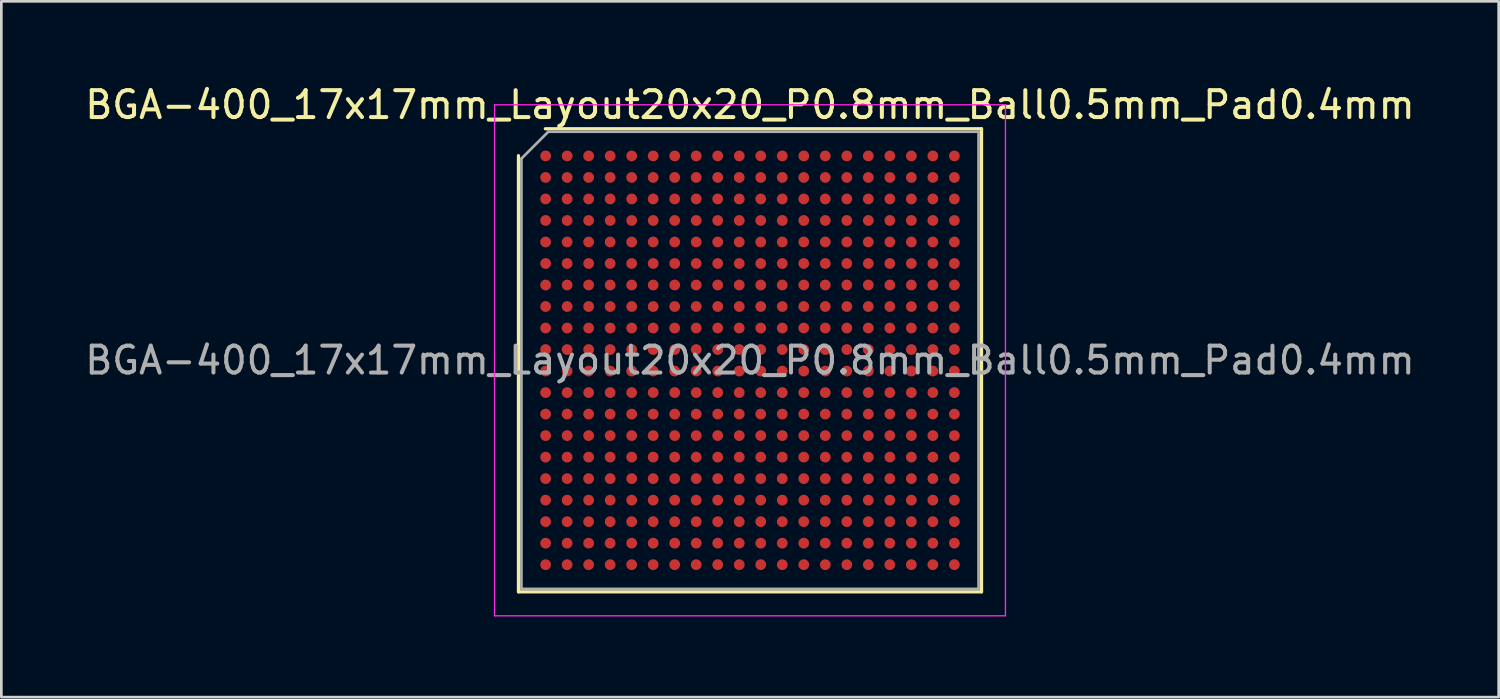
<source format=kicad_pcb>
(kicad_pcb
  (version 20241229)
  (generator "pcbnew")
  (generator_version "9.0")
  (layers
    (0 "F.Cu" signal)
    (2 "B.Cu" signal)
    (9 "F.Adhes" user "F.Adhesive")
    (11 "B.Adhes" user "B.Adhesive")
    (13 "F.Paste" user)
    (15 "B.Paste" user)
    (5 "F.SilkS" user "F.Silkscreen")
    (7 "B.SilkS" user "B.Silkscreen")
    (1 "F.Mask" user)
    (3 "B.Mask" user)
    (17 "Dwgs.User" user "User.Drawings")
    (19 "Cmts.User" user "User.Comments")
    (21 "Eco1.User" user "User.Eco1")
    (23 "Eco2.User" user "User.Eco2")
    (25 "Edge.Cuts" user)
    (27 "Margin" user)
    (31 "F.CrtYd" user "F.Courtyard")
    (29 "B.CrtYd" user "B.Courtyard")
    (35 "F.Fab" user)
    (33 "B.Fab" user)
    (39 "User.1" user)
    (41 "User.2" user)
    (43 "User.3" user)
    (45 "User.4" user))
  (footprint "BGA-400_17x17mm_Layout20x20_P0.8mm_Ball0.5mm_Pad0.4mm"
    (layer "F.Cu")
    (at 24.839 10.348)
    (property "Reference" "BGA-400_17x17mm_Layout20x20_P0.8mm_Ball0.5mm_Pad0.4mm" (at 0 -9.5 0) (layer "F.SilkS") (effects (font (size 1 1) (thickness 0.15))))
    (attr smd)
    (fp_line (start -8.61 8.61) (end -8.61 -7.61) (stroke (width 0.12) (type solid)) (layer "F.SilkS"))
    (fp_line (start -7.61 -8.61) (end 8.61 -8.61) (stroke (width 0.12) (type solid)) (layer "F.SilkS"))
    (fp_line (start 8.61 -8.61) (end 8.61 8.61) (stroke (width 0.12) (type solid)) (layer "F.SilkS"))
    (fp_line (start 8.61 8.61) (end -8.61 8.61) (stroke (width 0.12) (type solid)) (layer "F.SilkS"))
    (fp_line (start -9.5 -9.5) (end -9.5 9.5) (stroke (width 0.05) (type solid)) (layer "F.CrtYd"))
    (fp_line (start -9.5 9.5) (end 9.5 9.5) (stroke (width 0.05) (type solid)) (layer "F.CrtYd"))
    (fp_line (start 9.5 -9.5) (end -9.5 -9.5) (stroke (width 0.05) (type solid)) (layer "F.CrtYd"))
    (fp_line (start 9.5 9.5) (end 9.5 -9.5) (stroke (width 0.05) (type solid)) (layer "F.CrtYd"))
    (fp_line (start -8.5 -7.5) (end -7.5 -8.5) (stroke (width 0.1) (type solid)) (layer "F.Fab"))
    (fp_line (start -8.5 8.5) (end -8.5 -7.5) (stroke (width 0.1) (type solid)) (layer "F.Fab"))
    (fp_line (start -7.5 -8.5) (end 8.5 -8.5) (stroke (width 0.1) (type solid)) (layer "F.Fab"))
    (fp_line (start 8.5 -8.5) (end 8.5 8.5) (stroke (width 0.1) (type solid)) (layer "F.Fab"))
    (fp_line (start 8.5 8.5) (end -8.5 8.5) (stroke (width 0.1) (type solid)) (layer "F.Fab"))
    (fp_text user "${REFERENCE}" (at 0 0 0) (layer "F.Fab") (effects (font (size 1 1) (thickness 0.15))))
    (pad "A1" smd circle (at -7.6 -7.6) (size 0.4 0.4) (layers "F.Cu" "F.Mask" "F.Paste"))
    (pad "A2" smd circle (at -6.8 -7.6) (size 0.4 0.4) (layers "F.Cu" "F.Mask" "F.Paste"))
    (pad "A3" smd circle (at -6 -7.6) (size 0.4 0.4) (layers "F.Cu" "F.Mask" "F.Paste"))
    (pad "A4" smd circle (at -5.2 -7.6) (size 0.4 0.4) (layers "F.Cu" "F.Mask" "F.Paste"))
    (pad "A5" smd circle (at -4.4 -7.6) (size 0.4 0.4) (layers "F.Cu" "F.Mask" "F.Paste"))
    (pad "A6" smd circle (at -3.6 -7.6) (size 0.4 0.4) (layers "F.Cu" "F.Mask" "F.Paste"))
    (pad "A7" smd circle (at -2.8 -7.6) (size 0.4 0.4) (layers "F.Cu" "F.Mask" "F.Paste"))
    (pad "A8" smd circle (at -2 -7.6) (size 0.4 0.4) (layers "F.Cu" "F.Mask" "F.Paste"))
    (pad "A9" smd circle (at -1.2 -7.6) (size 0.4 0.4) (layers "F.Cu" "F.Mask" "F.Paste"))
    (pad "A10" smd circle (at -0.4 -7.6) (size 0.4 0.4) (layers "F.Cu" "F.Mask" "F.Paste"))
    (pad "A11" smd circle (at 0.4 -7.6) (size 0.4 0.4) (layers "F.Cu" "F.Mask" "F.Paste"))
    (pad "A12" smd circle (at 1.2 -7.6) (size 0.4 0.4) (layers "F.Cu" "F.Mask" "F.Paste"))
    (pad "A13" smd circle (at 2 -7.6) (size 0.4 0.4) (layers "F.Cu" "F.Mask" "F.Paste"))
    (pad "A14" smd circle (at 2.8 -7.6) (size 0.4 0.4) (layers "F.Cu" "F.Mask" "F.Paste"))
    (pad "A15" smd circle (at 3.6 -7.6) (size 0.4 0.4) (layers "F.Cu" "F.Mask" "F.Paste"))
    (pad "A16" smd circle (at 4.4 -7.6) (size 0.4 0.4) (layers "F.Cu" "F.Mask" "F.Paste"))
    (pad "A17" smd circle (at 5.2 -7.6) (size 0.4 0.4) (layers "F.Cu" "F.Mask" "F.Paste"))
    (pad "A18" smd circle (at 6 -7.6) (size 0.4 0.4) (layers "F.Cu" "F.Mask" "F.Paste"))
    (pad "A19" smd circle (at 6.8 -7.6) (size 0.4 0.4) (layers "F.Cu" "F.Mask" "F.Paste"))
    (pad "A20" smd circle (at 7.6 -7.6) (size 0.4 0.4) (layers "F.Cu" "F.Mask" "F.Paste"))
    (pad "B1" smd circle (at -7.6 -6.8) (size 0.4 0.4) (layers "F.Cu" "F.Mask" "F.Paste"))
    (pad "B2" smd circle (at -6.8 -6.8) (size 0.4 0.4) (layers "F.Cu" "F.Mask" "F.Paste"))
    (pad "B3" smd circle (at -6 -6.8) (size 0.4 0.4) (layers "F.Cu" "F.Mask" "F.Paste"))
    (pad "B4" smd circle (at -5.2 -6.8) (size 0.4 0.4) (layers "F.Cu" "F.Mask" "F.Paste"))
    (pad "B5" smd circle (at -4.4 -6.8) (size 0.4 0.4) (layers "F.Cu" "F.Mask" "F.Paste"))
    (pad "B6" smd circle (at -3.6 -6.8) (size 0.4 0.4) (layers "F.Cu" "F.Mask" "F.Paste"))
    (pad "B7" smd circle (at -2.8 -6.8) (size 0.4 0.4) (layers "F.Cu" "F.Mask" "F.Paste"))
    (pad "B8" smd circle (at -2 -6.8) (size 0.4 0.4) (layers "F.Cu" "F.Mask" "F.Paste"))
    (pad "B9" smd circle (at -1.2 -6.8) (size 0.4 0.4) (layers "F.Cu" "F.Mask" "F.Paste"))
    (pad "B10" smd circle (at -0.4 -6.8) (size 0.4 0.4) (layers "F.Cu" "F.Mask" "F.Paste"))
    (pad "B11" smd circle (at 0.4 -6.8) (size 0.4 0.4) (layers "F.Cu" "F.Mask" "F.Paste"))
    (pad "B12" smd circle (at 1.2 -6.8) (size 0.4 0.4) (layers "F.Cu" "F.Mask" "F.Paste"))
    (pad "B13" smd circle (at 2 -6.8) (size 0.4 0.4) (layers "F.Cu" "F.Mask" "F.Paste"))
    (pad "B14" smd circle (at 2.8 -6.8) (size 0.4 0.4) (layers "F.Cu" "F.Mask" "F.Paste"))
    (pad "B15" smd circle (at 3.6 -6.8) (size 0.4 0.4) (layers "F.Cu" "F.Mask" "F.Paste"))
    (pad "B16" smd circle (at 4.4 -6.8) (size 0.4 0.4) (layers "F.Cu" "F.Mask" "F.Paste"))
    (pad "B17" smd circle (at 5.2 -6.8) (size 0.4 0.4) (layers "F.Cu" "F.Mask" "F.Paste"))
    (pad "B18" smd circle (at 6 -6.8) (size 0.4 0.4) (layers "F.Cu" "F.Mask" "F.Paste"))
    (pad "B19" smd circle (at 6.8 -6.8) (size 0.4 0.4) (layers "F.Cu" "F.Mask" "F.Paste"))
    (pad "B20" smd circle (at 7.6 -6.8) (size 0.4 0.4) (layers "F.Cu" "F.Mask" "F.Paste"))
    (pad "C1" smd circle (at -7.6 -6) (size 0.4 0.4) (layers "F.Cu" "F.Mask" "F.Paste"))
    (pad "C2" smd circle (at -6.8 -6) (size 0.4 0.4) (layers "F.Cu" "F.Mask" "F.Paste"))
    (pad "C3" smd circle (at -6 -6) (size 0.4 0.4) (layers "F.Cu" "F.Mask" "F.Paste"))
    (pad "C4" smd circle (at -5.2 -6) (size 0.4 0.4) (layers "F.Cu" "F.Mask" "F.Paste"))
    (pad "C5" smd circle (at -4.4 -6) (size 0.4 0.4) (layers "F.Cu" "F.Mask" "F.Paste"))
    (pad "C6" smd circle (at -3.6 -6) (size 0.4 0.4) (layers "F.Cu" "F.Mask" "F.Paste"))
    (pad "C7" smd circle (at -2.8 -6) (size 0.4 0.4) (layers "F.Cu" "F.Mask" "F.Paste"))
    (pad "C8" smd circle (at -2 -6) (size 0.4 0.4) (layers "F.Cu" "F.Mask" "F.Paste"))
    (pad "C9" smd circle (at -1.2 -6) (size 0.4 0.4) (layers "F.Cu" "F.Mask" "F.Paste"))
    (pad "C10" smd circle (at -0.4 -6) (size 0.4 0.4) (layers "F.Cu" "F.Mask" "F.Paste"))
    (pad "C11" smd circle (at 0.4 -6) (size 0.4 0.4) (layers "F.Cu" "F.Mask" "F.Paste"))
    (pad "C12" smd circle (at 1.2 -6) (size 0.4 0.4) (layers "F.Cu" "F.Mask" "F.Paste"))
    (pad "C13" smd circle (at 2 -6) (size 0.4 0.4) (layers "F.Cu" "F.Mask" "F.Paste"))
    (pad "C14" smd circle (at 2.8 -6) (size 0.4 0.4) (layers "F.Cu" "F.Mask" "F.Paste"))
    (pad "C15" smd circle (at 3.6 -6) (size 0.4 0.4) (layers "F.Cu" "F.Mask" "F.Paste"))
    (pad "C16" smd circle (at 4.4 -6) (size 0.4 0.4) (layers "F.Cu" "F.Mask" "F.Paste"))
    (pad "C17" smd circle (at 5.2 -6) (size 0.4 0.4) (layers "F.Cu" "F.Mask" "F.Paste"))
    (pad "C18" smd circle (at 6 -6) (size 0.4 0.4) (layers "F.Cu" "F.Mask" "F.Paste"))
    (pad "C19" smd circle (at 6.8 -6) (size 0.4 0.4) (layers "F.Cu" "F.Mask" "F.Paste"))
    (pad "C20" smd circle (at 7.6 -6) (size 0.4 0.4) (layers "F.Cu" "F.Mask" "F.Paste"))
    (pad "D1" smd circle (at -7.6 -5.2) (size 0.4 0.4) (layers "F.Cu" "F.Mask" "F.Paste"))
    (pad "D2" smd circle (at -6.8 -5.2) (size 0.4 0.4) (layers "F.Cu" "F.Mask" "F.Paste"))
    (pad "D3" smd circle (at -6 -5.2) (size 0.4 0.4) (layers "F.Cu" "F.Mask" "F.Paste"))
    (pad "D4" smd circle (at -5.2 -5.2) (size 0.4 0.4) (layers "F.Cu" "F.Mask" "F.Paste"))
    (pad "D5" smd circle (at -4.4 -5.2) (size 0.4 0.4) (layers "F.Cu" "F.Mask" "F.Paste"))
    (pad "D6" smd circle (at -3.6 -5.2) (size 0.4 0.4) (layers "F.Cu" "F.Mask" "F.Paste"))
    (pad "D7" smd circle (at -2.8 -5.2) (size 0.4 0.4) (layers "F.Cu" "F.Mask" "F.Paste"))
    (pad "D8" smd circle (at -2 -5.2) (size 0.4 0.4) (layers "F.Cu" "F.Mask" "F.Paste"))
    (pad "D9" smd circle (at -1.2 -5.2) (size 0.4 0.4) (layers "F.Cu" "F.Mask" "F.Paste"))
    (pad "D10" smd circle (at -0.4 -5.2) (size 0.4 0.4) (layers "F.Cu" "F.Mask" "F.Paste"))
    (pad "D11" smd circle (at 0.4 -5.2) (size 0.4 0.4) (layers "F.Cu" "F.Mask" "F.Paste"))
    (pad "D12" smd circle (at 1.2 -5.2) (size 0.4 0.4) (layers "F.Cu" "F.Mask" "F.Paste"))
    (pad "D13" smd circle (at 2 -5.2) (size 0.4 0.4) (layers "F.Cu" "F.Mask" "F.Paste"))
    (pad "D14" smd circle (at 2.8 -5.2) (size 0.4 0.4) (layers "F.Cu" "F.Mask" "F.Paste"))
    (pad "D15" smd circle (at 3.6 -5.2) (size 0.4 0.4) (layers "F.Cu" "F.Mask" "F.Paste"))
    (pad "D16" smd circle (at 4.4 -5.2) (size 0.4 0.4) (layers "F.Cu" "F.Mask" "F.Paste"))
    (pad "D17" smd circle (at 5.2 -5.2) (size 0.4 0.4) (layers "F.Cu" "F.Mask" "F.Paste"))
    (pad "D18" smd circle (at 6 -5.2) (size 0.4 0.4) (layers "F.Cu" "F.Mask" "F.Paste"))
    (pad "D19" smd circle (at 6.8 -5.2) (size 0.4 0.4) (layers "F.Cu" "F.Mask" "F.Paste"))
    (pad "D20" smd circle (at 7.6 -5.2) (size 0.4 0.4) (layers "F.Cu" "F.Mask" "F.Paste"))
    (pad "E1" smd circle (at -7.6 -4.4) (size 0.4 0.4) (layers "F.Cu" "F.Mask" "F.Paste"))
    (pad "E2" smd circle (at -6.8 -4.4) (size 0.4 0.4) (layers "F.Cu" "F.Mask" "F.Paste"))
    (pad "E3" smd circle (at -6 -4.4) (size 0.4 0.4) (layers "F.Cu" "F.Mask" "F.Paste"))
    (pad "E4" smd circle (at -5.2 -4.4) (size 0.4 0.4) (layers "F.Cu" "F.Mask" "F.Paste"))
    (pad "E5" smd circle (at -4.4 -4.4) (size 0.4 0.4) (layers "F.Cu" "F.Mask" "F.Paste"))
    (pad "E6" smd circle (at -3.6 -4.4) (size 0.4 0.4) (layers "F.Cu" "F.Mask" "F.Paste"))
    (pad "E7" smd circle (at -2.8 -4.4) (size 0.4 0.4) (layers "F.Cu" "F.Mask" "F.Paste"))
    (pad "E8" smd circle (at -2 -4.4) (size 0.4 0.4) (layers "F.Cu" "F.Mask" "F.Paste"))
    (pad "E9" smd circle (at -1.2 -4.4) (size 0.4 0.4) (layers "F.Cu" "F.Mask" "F.Paste"))
    (pad "E10" smd circle (at -0.4 -4.4) (size 0.4 0.4) (layers "F.Cu" "F.Mask" "F.Paste"))
    (pad "E11" smd circle (at 0.4 -4.4) (size 0.4 0.4) (layers "F.Cu" "F.Mask" "F.Paste"))
    (pad "E12" smd circle (at 1.2 -4.4) (size 0.4 0.4) (layers "F.Cu" "F.Mask" "F.Paste"))
    (pad "E13" smd circle (at 2 -4.4) (size 0.4 0.4) (layers "F.Cu" "F.Mask" "F.Paste"))
    (pad "E14" smd circle (at 2.8 -4.4) (size 0.4 0.4) (layers "F.Cu" "F.Mask" "F.Paste"))
    (pad "E15" smd circle (at 3.6 -4.4) (size 0.4 0.4) (layers "F.Cu" "F.Mask" "F.Paste"))
    (pad "E16" smd circle (at 4.4 -4.4) (size 0.4 0.4) (layers "F.Cu" "F.Mask" "F.Paste"))
    (pad "E17" smd circle (at 5.2 -4.4) (size 0.4 0.4) (layers "F.Cu" "F.Mask" "F.Paste"))
    (pad "E18" smd circle (at 6 -4.4) (size 0.4 0.4) (layers "F.Cu" "F.Mask" "F.Paste"))
    (pad "E19" smd circle (at 6.8 -4.4) (size 0.4 0.4) (layers "F.Cu" "F.Mask" "F.Paste"))
    (pad "E20" smd circle (at 7.6 -4.4) (size 0.4 0.4) (layers "F.Cu" "F.Mask" "F.Paste"))
    (pad "F1" smd circle (at -7.6 -3.6) (size 0.4 0.4) (layers "F.Cu" "F.Mask" "F.Paste"))
    (pad "F2" smd circle (at -6.8 -3.6) (size 0.4 0.4) (layers "F.Cu" "F.Mask" "F.Paste"))
    (pad "F3" smd circle (at -6 -3.6) (size 0.4 0.4) (layers "F.Cu" "F.Mask" "F.Paste"))
    (pad "F4" smd circle (at -5.2 -3.6) (size 0.4 0.4) (layers "F.Cu" "F.Mask" "F.Paste"))
    (pad "F5" smd circle (at -4.4 -3.6) (size 0.4 0.4) (layers "F.Cu" "F.Mask" "F.Paste"))
    (pad "F6" smd circle (at -3.6 -3.6) (size 0.4 0.4) (layers "F.Cu" "F.Mask" "F.Paste"))
    (pad "F7" smd circle (at -2.8 -3.6) (size 0.4 0.4) (layers "F.Cu" "F.Mask" "F.Paste"))
    (pad "F8" smd circle (at -2 -3.6) (size 0.4 0.4) (layers "F.Cu" "F.Mask" "F.Paste"))
    (pad "F9" smd circle (at -1.2 -3.6) (size 0.4 0.4) (layers "F.Cu" "F.Mask" "F.Paste"))
    (pad "F10" smd circle (at -0.4 -3.6) (size 0.4 0.4) (layers "F.Cu" "F.Mask" "F.Paste"))
    (pad "F11" smd circle (at 0.4 -3.6) (size 0.4 0.4) (layers "F.Cu" "F.Mask" "F.Paste"))
    (pad "F12" smd circle (at 1.2 -3.6) (size 0.4 0.4) (layers "F.Cu" "F.Mask" "F.Paste"))
    (pad "F13" smd circle (at 2 -3.6) (size 0.4 0.4) (layers "F.Cu" "F.Mask" "F.Paste"))
    (pad "F14" smd circle (at 2.8 -3.6) (size 0.4 0.4) (layers "F.Cu" "F.Mask" "F.Paste"))
    (pad "F15" smd circle (at 3.6 -3.6) (size 0.4 0.4) (layers "F.Cu" "F.Mask" "F.Paste"))
    (pad "F16" smd circle (at 4.4 -3.6) (size 0.4 0.4) (layers "F.Cu" "F.Mask" "F.Paste"))
    (pad "F17" smd circle (at 5.2 -3.6) (size 0.4 0.4) (layers "F.Cu" "F.Mask" "F.Paste"))
    (pad "F18" smd circle (at 6 -3.6) (size 0.4 0.4) (layers "F.Cu" "F.Mask" "F.Paste"))
    (pad "F19" smd circle (at 6.8 -3.6) (size 0.4 0.4) (layers "F.Cu" "F.Mask" "F.Paste"))
    (pad "F20" smd circle (at 7.6 -3.6) (size 0.4 0.4) (layers "F.Cu" "F.Mask" "F.Paste"))
    (pad "G1" smd circle (at -7.6 -2.8) (size 0.4 0.4) (layers "F.Cu" "F.Mask" "F.Paste"))
    (pad "G2" smd circle (at -6.8 -2.8) (size 0.4 0.4) (layers "F.Cu" "F.Mask" "F.Paste"))
    (pad "G3" smd circle (at -6 -2.8) (size 0.4 0.4) (layers "F.Cu" "F.Mask" "F.Paste"))
    (pad "G4" smd circle (at -5.2 -2.8) (size 0.4 0.4) (layers "F.Cu" "F.Mask" "F.Paste"))
    (pad "G5" smd circle (at -4.4 -2.8) (size 0.4 0.4) (layers "F.Cu" "F.Mask" "F.Paste"))
    (pad "G6" smd circle (at -3.6 -2.8) (size 0.4 0.4) (layers "F.Cu" "F.Mask" "F.Paste"))
    (pad "G7" smd circle (at -2.8 -2.8) (size 0.4 0.4) (layers "F.Cu" "F.Mask" "F.Paste"))
    (pad "G8" smd circle (at -2 -2.8) (size 0.4 0.4) (layers "F.Cu" "F.Mask" "F.Paste"))
    (pad "G9" smd circle (at -1.2 -2.8) (size 0.4 0.4) (layers "F.Cu" "F.Mask" "F.Paste"))
    (pad "G10" smd circle (at -0.4 -2.8) (size 0.4 0.4) (layers "F.Cu" "F.Mask" "F.Paste"))
    (pad "G11" smd circle (at 0.4 -2.8) (size 0.4 0.4) (layers "F.Cu" "F.Mask" "F.Paste"))
    (pad "G12" smd circle (at 1.2 -2.8) (size 0.4 0.4) (layers "F.Cu" "F.Mask" "F.Paste"))
    (pad "G13" smd circle (at 2 -2.8) (size 0.4 0.4) (layers "F.Cu" "F.Mask" "F.Paste"))
    (pad "G14" smd circle (at 2.8 -2.8) (size 0.4 0.4) (layers "F.Cu" "F.Mask" "F.Paste"))
    (pad "G15" smd circle (at 3.6 -2.8) (size 0.4 0.4) (layers "F.Cu" "F.Mask" "F.Paste"))
    (pad "G16" smd circle (at 4.4 -2.8) (size 0.4 0.4) (layers "F.Cu" "F.Mask" "F.Paste"))
    (pad "G17" smd circle (at 5.2 -2.8) (size 0.4 0.4) (layers "F.Cu" "F.Mask" "F.Paste"))
    (pad "G18" smd circle (at 6 -2.8) (size 0.4 0.4) (layers "F.Cu" "F.Mask" "F.Paste"))
    (pad "G19" smd circle (at 6.8 -2.8) (size 0.4 0.4) (layers "F.Cu" "F.Mask" "F.Paste"))
    (pad "G20" smd circle (at 7.6 -2.8) (size 0.4 0.4) (layers "F.Cu" "F.Mask" "F.Paste"))
    (pad "H1" smd circle (at -7.6 -2) (size 0.4 0.4) (layers "F.Cu" "F.Mask" "F.Paste"))
    (pad "H2" smd circle (at -6.8 -2) (size 0.4 0.4) (layers "F.Cu" "F.Mask" "F.Paste"))
    (pad "H3" smd circle (at -6 -2) (size 0.4 0.4) (layers "F.Cu" "F.Mask" "F.Paste"))
    (pad "H4" smd circle (at -5.2 -2) (size 0.4 0.4) (layers "F.Cu" "F.Mask" "F.Paste"))
    (pad "H5" smd circle (at -4.4 -2) (size 0.4 0.4) (layers "F.Cu" "F.Mask" "F.Paste"))
    (pad "H6" smd circle (at -3.6 -2) (size 0.4 0.4) (layers "F.Cu" "F.Mask" "F.Paste"))
    (pad "H7" smd circle (at -2.8 -2) (size 0.4 0.4) (layers "F.Cu" "F.Mask" "F.Paste"))
    (pad "H8" smd circle (at -2 -2) (size 0.4 0.4) (layers "F.Cu" "F.Mask" "F.Paste"))
    (pad "H9" smd circle (at -1.2 -2) (size 0.4 0.4) (layers "F.Cu" "F.Mask" "F.Paste"))
    (pad "H10" smd circle (at -0.4 -2) (size 0.4 0.4) (layers "F.Cu" "F.Mask" "F.Paste"))
    (pad "H11" smd circle (at 0.4 -2) (size 0.4 0.4) (layers "F.Cu" "F.Mask" "F.Paste"))
    (pad "H12" smd circle (at 1.2 -2) (size 0.4 0.4) (layers "F.Cu" "F.Mask" "F.Paste"))
    (pad "H13" smd circle (at 2 -2) (size 0.4 0.4) (layers "F.Cu" "F.Mask" "F.Paste"))
    (pad "H14" smd circle (at 2.8 -2) (size 0.4 0.4) (layers "F.Cu" "F.Mask" "F.Paste"))
    (pad "H15" smd circle (at 3.6 -2) (size 0.4 0.4) (layers "F.Cu" "F.Mask" "F.Paste"))
    (pad "H16" smd circle (at 4.4 -2) (size 0.4 0.4) (layers "F.Cu" "F.Mask" "F.Paste"))
    (pad "H17" smd circle (at 5.2 -2) (size 0.4 0.4) (layers "F.Cu" "F.Mask" "F.Paste"))
    (pad "H18" smd circle (at 6 -2) (size 0.4 0.4) (layers "F.Cu" "F.Mask" "F.Paste"))
    (pad "H19" smd circle (at 6.8 -2) (size 0.4 0.4) (layers "F.Cu" "F.Mask" "F.Paste"))
    (pad "H20" smd circle (at 7.6 -2) (size 0.4 0.4) (layers "F.Cu" "F.Mask" "F.Paste"))
    (pad "J1" smd circle (at -7.6 -1.2) (size 0.4 0.4) (layers "F.Cu" "F.Mask" "F.Paste"))
    (pad "J2" smd circle (at -6.8 -1.2) (size 0.4 0.4) (layers "F.Cu" "F.Mask" "F.Paste"))
    (pad "J3" smd circle (at -6 -1.2) (size 0.4 0.4) (layers "F.Cu" "F.Mask" "F.Paste"))
    (pad "J4" smd circle (at -5.2 -1.2) (size 0.4 0.4) (layers "F.Cu" "F.Mask" "F.Paste"))
    (pad "J5" smd circle (at -4.4 -1.2) (size 0.4 0.4) (layers "F.Cu" "F.Mask" "F.Paste"))
    (pad "J6" smd circle (at -3.6 -1.2) (size 0.4 0.4) (layers "F.Cu" "F.Mask" "F.Paste"))
    (pad "J7" smd circle (at -2.8 -1.2) (size 0.4 0.4) (layers "F.Cu" "F.Mask" "F.Paste"))
    (pad "J8" smd circle (at -2 -1.2) (size 0.4 0.4) (layers "F.Cu" "F.Mask" "F.Paste"))
    (pad "J9" smd circle (at -1.2 -1.2) (size 0.4 0.4) (layers "F.Cu" "F.Mask" "F.Paste"))
    (pad "J10" smd circle (at -0.4 -1.2) (size 0.4 0.4) (layers "F.Cu" "F.Mask" "F.Paste"))
    (pad "J11" smd circle (at 0.4 -1.2) (size 0.4 0.4) (layers "F.Cu" "F.Mask" "F.Paste"))
    (pad "J12" smd circle (at 1.2 -1.2) (size 0.4 0.4) (layers "F.Cu" "F.Mask" "F.Paste"))
    (pad "J13" smd circle (at 2 -1.2) (size 0.4 0.4) (layers "F.Cu" "F.Mask" "F.Paste"))
    (pad "J14" smd circle (at 2.8 -1.2) (size 0.4 0.4) (layers "F.Cu" "F.Mask" "F.Paste"))
    (pad "J15" smd circle (at 3.6 -1.2) (size 0.4 0.4) (layers "F.Cu" "F.Mask" "F.Paste"))
    (pad "J16" smd circle (at 4.4 -1.2) (size 0.4 0.4) (layers "F.Cu" "F.Mask" "F.Paste"))
    (pad "J17" smd circle (at 5.2 -1.2) (size 0.4 0.4) (layers "F.Cu" "F.Mask" "F.Paste"))
    (pad "J18" smd circle (at 6 -1.2) (size 0.4 0.4) (layers "F.Cu" "F.Mask" "F.Paste"))
    (pad "J19" smd circle (at 6.8 -1.2) (size 0.4 0.4) (layers "F.Cu" "F.Mask" "F.Paste"))
    (pad "J20" smd circle (at 7.6 -1.2) (size 0.4 0.4) (layers "F.Cu" "F.Mask" "F.Paste"))
    (pad "K1" smd circle (at -7.6 -0.4) (size 0.4 0.4) (layers "F.Cu" "F.Mask" "F.Paste"))
    (pad "K2" smd circle (at -6.8 -0.4) (size 0.4 0.4) (layers "F.Cu" "F.Mask" "F.Paste"))
    (pad "K3" smd circle (at -6 -0.4) (size 0.4 0.4) (layers "F.Cu" "F.Mask" "F.Paste"))
    (pad "K4" smd circle (at -5.2 -0.4) (size 0.4 0.4) (layers "F.Cu" "F.Mask" "F.Paste"))
    (pad "K5" smd circle (at -4.4 -0.4) (size 0.4 0.4) (layers "F.Cu" "F.Mask" "F.Paste"))
    (pad "K6" smd circle (at -3.6 -0.4) (size 0.4 0.4) (layers "F.Cu" "F.Mask" "F.Paste"))
    (pad "K7" smd circle (at -2.8 -0.4) (size 0.4 0.4) (layers "F.Cu" "F.Mask" "F.Paste"))
    (pad "K8" smd circle (at -2 -0.4) (size 0.4 0.4) (layers "F.Cu" "F.Mask" "F.Paste"))
    (pad "K9" smd circle (at -1.2 -0.4) (size 0.4 0.4) (layers "F.Cu" "F.Mask" "F.Paste"))
    (pad "K10" smd circle (at -0.4 -0.4) (size 0.4 0.4) (layers "F.Cu" "F.Mask" "F.Paste"))
    (pad "K11" smd circle (at 0.4 -0.4) (size 0.4 0.4) (layers "F.Cu" "F.Mask" "F.Paste"))
    (pad "K12" smd circle (at 1.2 -0.4) (size 0.4 0.4) (layers "F.Cu" "F.Mask" "F.Paste"))
    (pad "K13" smd circle (at 2 -0.4) (size 0.4 0.4) (layers "F.Cu" "F.Mask" "F.Paste"))
    (pad "K14" smd circle (at 2.8 -0.4) (size 0.4 0.4) (layers "F.Cu" "F.Mask" "F.Paste"))
    (pad "K15" smd circle (at 3.6 -0.4) (size 0.4 0.4) (layers "F.Cu" "F.Mask" "F.Paste"))
    (pad "K16" smd circle (at 4.4 -0.4) (size 0.4 0.4) (layers "F.Cu" "F.Mask" "F.Paste"))
    (pad "K17" smd circle (at 5.2 -0.4) (size 0.4 0.4) (layers "F.Cu" "F.Mask" "F.Paste"))
    (pad "K18" smd circle (at 6 -0.4) (size 0.4 0.4) (layers "F.Cu" "F.Mask" "F.Paste"))
    (pad "K19" smd circle (at 6.8 -0.4) (size 0.4 0.4) (layers "F.Cu" "F.Mask" "F.Paste"))
    (pad "K20" smd circle (at 7.6 -0.4) (size 0.4 0.4) (layers "F.Cu" "F.Mask" "F.Paste"))
    (pad "L1" smd circle (at -7.6 0.4) (size 0.4 0.4) (layers "F.Cu" "F.Mask" "F.Paste"))
    (pad "L2" smd circle (at -6.8 0.4) (size 0.4 0.4) (layers "F.Cu" "F.Mask" "F.Paste"))
    (pad "L3" smd circle (at -6 0.4) (size 0.4 0.4) (layers "F.Cu" "F.Mask" "F.Paste"))
    (pad "L4" smd circle (at -5.2 0.4) (size 0.4 0.4) (layers "F.Cu" "F.Mask" "F.Paste"))
    (pad "L5" smd circle (at -4.4 0.4) (size 0.4 0.4) (layers "F.Cu" "F.Mask" "F.Paste"))
    (pad "L6" smd circle (at -3.6 0.4) (size 0.4 0.4) (layers "F.Cu" "F.Mask" "F.Paste"))
    (pad "L7" smd circle (at -2.8 0.4) (size 0.4 0.4) (layers "F.Cu" "F.Mask" "F.Paste"))
    (pad "L8" smd circle (at -2 0.4) (size 0.4 0.4) (layers "F.Cu" "F.Mask" "F.Paste"))
    (pad "L9" smd circle (at -1.2 0.4) (size 0.4 0.4) (layers "F.Cu" "F.Mask" "F.Paste"))
    (pad "L10" smd circle (at -0.4 0.4) (size 0.4 0.4) (layers "F.Cu" "F.Mask" "F.Paste"))
    (pad "L11" smd circle (at 0.4 0.4) (size 0.4 0.4) (layers "F.Cu" "F.Mask" "F.Paste"))
    (pad "L12" smd circle (at 1.2 0.4) (size 0.4 0.4) (layers "F.Cu" "F.Mask" "F.Paste"))
    (pad "L13" smd circle (at 2 0.4) (size 0.4 0.4) (layers "F.Cu" "F.Mask" "F.Paste"))
    (pad "L14" smd circle (at 2.8 0.4) (size 0.4 0.4) (layers "F.Cu" "F.Mask" "F.Paste"))
    (pad "L15" smd circle (at 3.6 0.4) (size 0.4 0.4) (layers "F.Cu" "F.Mask" "F.Paste"))
    (pad "L16" smd circle (at 4.4 0.4) (size 0.4 0.4) (layers "F.Cu" "F.Mask" "F.Paste"))
    (pad "L17" smd circle (at 5.2 0.4) (size 0.4 0.4) (layers "F.Cu" "F.Mask" "F.Paste"))
    (pad "L18" smd circle (at 6 0.4) (size 0.4 0.4) (layers "F.Cu" "F.Mask" "F.Paste"))
    (pad "L19" smd circle (at 6.8 0.4) (size 0.4 0.4) (layers "F.Cu" "F.Mask" "F.Paste"))
    (pad "L20" smd circle (at 7.6 0.4) (size 0.4 0.4) (layers "F.Cu" "F.Mask" "F.Paste"))
    (pad "M1" smd circle (at -7.6 1.2) (size 0.4 0.4) (layers "F.Cu" "F.Mask" "F.Paste"))
    (pad "M2" smd circle (at -6.8 1.2) (size 0.4 0.4) (layers "F.Cu" "F.Mask" "F.Paste"))
    (pad "M3" smd circle (at -6 1.2) (size 0.4 0.4) (layers "F.Cu" "F.Mask" "F.Paste"))
    (pad "M4" smd circle (at -5.2 1.2) (size 0.4 0.4) (layers "F.Cu" "F.Mask" "F.Paste"))
    (pad "M5" smd circle (at -4.4 1.2) (size 0.4 0.4) (layers "F.Cu" "F.Mask" "F.Paste"))
    (pad "M6" smd circle (at -3.6 1.2) (size 0.4 0.4) (layers "F.Cu" "F.Mask" "F.Paste"))
    (pad "M7" smd circle (at -2.8 1.2) (size 0.4 0.4) (layers "F.Cu" "F.Mask" "F.Paste"))
    (pad "M8" smd circle (at -2 1.2) (size 0.4 0.4) (layers "F.Cu" "F.Mask" "F.Paste"))
    (pad "M9" smd circle (at -1.2 1.2) (size 0.4 0.4) (layers "F.Cu" "F.Mask" "F.Paste"))
    (pad "M10" smd circle (at -0.4 1.2) (size 0.4 0.4) (layers "F.Cu" "F.Mask" "F.Paste"))
    (pad "M11" smd circle (at 0.4 1.2) (size 0.4 0.4) (layers "F.Cu" "F.Mask" "F.Paste"))
    (pad "M12" smd circle (at 1.2 1.2) (size 0.4 0.4) (layers "F.Cu" "F.Mask" "F.Paste"))
    (pad "M13" smd circle (at 2 1.2) (size 0.4 0.4) (layers "F.Cu" "F.Mask" "F.Paste"))
    (pad "M14" smd circle (at 2.8 1.2) (size 0.4 0.4) (layers "F.Cu" "F.Mask" "F.Paste"))
    (pad "M15" smd circle (at 3.6 1.2) (size 0.4 0.4) (layers "F.Cu" "F.Mask" "F.Paste"))
    (pad "M16" smd circle (at 4.4 1.2) (size 0.4 0.4) (layers "F.Cu" "F.Mask" "F.Paste"))
    (pad "M17" smd circle (at 5.2 1.2) (size 0.4 0.4) (layers "F.Cu" "F.Mask" "F.Paste"))
    (pad "M18" smd circle (at 6 1.2) (size 0.4 0.4) (layers "F.Cu" "F.Mask" "F.Paste"))
    (pad "M19" smd circle (at 6.8 1.2) (size 0.4 0.4) (layers "F.Cu" "F.Mask" "F.Paste"))
    (pad "M20" smd circle (at 7.6 1.2) (size 0.4 0.4) (layers "F.Cu" "F.Mask" "F.Paste"))
    (pad "N1" smd circle (at -7.6 2) (size 0.4 0.4) (layers "F.Cu" "F.Mask" "F.Paste"))
    (pad "N2" smd circle (at -6.8 2) (size 0.4 0.4) (layers "F.Cu" "F.Mask" "F.Paste"))
    (pad "N3" smd circle (at -6 2) (size 0.4 0.4) (layers "F.Cu" "F.Mask" "F.Paste"))
    (pad "N4" smd circle (at -5.2 2) (size 0.4 0.4) (layers "F.Cu" "F.Mask" "F.Paste"))
    (pad "N5" smd circle (at -4.4 2) (size 0.4 0.4) (layers "F.Cu" "F.Mask" "F.Paste"))
    (pad "N6" smd circle (at -3.6 2) (size 0.4 0.4) (layers "F.Cu" "F.Mask" "F.Paste"))
    (pad "N7" smd circle (at -2.8 2) (size 0.4 0.4) (layers "F.Cu" "F.Mask" "F.Paste"))
    (pad "N8" smd circle (at -2 2) (size 0.4 0.4) (layers "F.Cu" "F.Mask" "F.Paste"))
    (pad "N9" smd circle (at -1.2 2) (size 0.4 0.4) (layers "F.Cu" "F.Mask" "F.Paste"))
    (pad "N10" smd circle (at -0.4 2) (size 0.4 0.4) (layers "F.Cu" "F.Mask" "F.Paste"))
    (pad "N11" smd circle (at 0.4 2) (size 0.4 0.4) (layers "F.Cu" "F.Mask" "F.Paste"))
    (pad "N12" smd circle (at 1.2 2) (size 0.4 0.4) (layers "F.Cu" "F.Mask" "F.Paste"))
    (pad "N13" smd circle (at 2 2) (size 0.4 0.4) (layers "F.Cu" "F.Mask" "F.Paste"))
    (pad "N14" smd circle (at 2.8 2) (size 0.4 0.4) (layers "F.Cu" "F.Mask" "F.Paste"))
    (pad "N15" smd circle (at 3.6 2) (size 0.4 0.4) (layers "F.Cu" "F.Mask" "F.Paste"))
    (pad "N16" smd circle (at 4.4 2) (size 0.4 0.4) (layers "F.Cu" "F.Mask" "F.Paste"))
    (pad "N17" smd circle (at 5.2 2) (size 0.4 0.4) (layers "F.Cu" "F.Mask" "F.Paste"))
    (pad "N18" smd circle (at 6 2) (size 0.4 0.4) (layers "F.Cu" "F.Mask" "F.Paste"))
    (pad "N19" smd circle (at 6.8 2) (size 0.4 0.4) (layers "F.Cu" "F.Mask" "F.Paste"))
    (pad "N20" smd circle (at 7.6 2) (size 0.4 0.4) (layers "F.Cu" "F.Mask" "F.Paste"))
    (pad "P1" smd circle (at -7.6 2.8) (size 0.4 0.4) (layers "F.Cu" "F.Mask" "F.Paste"))
    (pad "P2" smd circle (at -6.8 2.8) (size 0.4 0.4) (layers "F.Cu" "F.Mask" "F.Paste"))
    (pad "P3" smd circle (at -6 2.8) (size 0.4 0.4) (layers "F.Cu" "F.Mask" "F.Paste"))
    (pad "P4" smd circle (at -5.2 2.8) (size 0.4 0.4) (layers "F.Cu" "F.Mask" "F.Paste"))
    (pad "P5" smd circle (at -4.4 2.8) (size 0.4 0.4) (layers "F.Cu" "F.Mask" "F.Paste"))
    (pad "P6" smd circle (at -3.6 2.8) (size 0.4 0.4) (layers "F.Cu" "F.Mask" "F.Paste"))
    (pad "P7" smd circle (at -2.8 2.8) (size 0.4 0.4) (layers "F.Cu" "F.Mask" "F.Paste"))
    (pad "P8" smd circle (at -2 2.8) (size 0.4 0.4) (layers "F.Cu" "F.Mask" "F.Paste"))
    (pad "P9" smd circle (at -1.2 2.8) (size 0.4 0.4) (layers "F.Cu" "F.Mask" "F.Paste"))
    (pad "P10" smd circle (at -0.4 2.8) (size 0.4 0.4) (layers "F.Cu" "F.Mask" "F.Paste"))
    (pad "P11" smd circle (at 0.4 2.8) (size 0.4 0.4) (layers "F.Cu" "F.Mask" "F.Paste"))
    (pad "P12" smd circle (at 1.2 2.8) (size 0.4 0.4) (layers "F.Cu" "F.Mask" "F.Paste"))
    (pad "P13" smd circle (at 2 2.8) (size 0.4 0.4) (layers "F.Cu" "F.Mask" "F.Paste"))
    (pad "P14" smd circle (at 2.8 2.8) (size 0.4 0.4) (layers "F.Cu" "F.Mask" "F.Paste"))
    (pad "P15" smd circle (at 3.6 2.8) (size 0.4 0.4) (layers "F.Cu" "F.Mask" "F.Paste"))
    (pad "P16" smd circle (at 4.4 2.8) (size 0.4 0.4) (layers "F.Cu" "F.Mask" "F.Paste"))
    (pad "P17" smd circle (at 5.2 2.8) (size 0.4 0.4) (layers "F.Cu" "F.Mask" "F.Paste"))
    (pad "P18" smd circle (at 6 2.8) (size 0.4 0.4) (layers "F.Cu" "F.Mask" "F.Paste"))
    (pad "P19" smd circle (at 6.8 2.8) (size 0.4 0.4) (layers "F.Cu" "F.Mask" "F.Paste"))
    (pad "P20" smd circle (at 7.6 2.8) (size 0.4 0.4) (layers "F.Cu" "F.Mask" "F.Paste"))
    (pad "R1" smd circle (at -7.6 3.6) (size 0.4 0.4) (layers "F.Cu" "F.Mask" "F.Paste"))
    (pad "R2" smd circle (at -6.8 3.6) (size 0.4 0.4) (layers "F.Cu" "F.Mask" "F.Paste"))
    (pad "R3" smd circle (at -6 3.6) (size 0.4 0.4) (layers "F.Cu" "F.Mask" "F.Paste"))
    (pad "R4" smd circle (at -5.2 3.6) (size 0.4 0.4) (layers "F.Cu" "F.Mask" "F.Paste"))
    (pad "R5" smd circle (at -4.4 3.6) (size 0.4 0.4) (layers "F.Cu" "F.Mask" "F.Paste"))
    (pad "R6" smd circle (at -3.6 3.6) (size 0.4 0.4) (layers "F.Cu" "F.Mask" "F.Paste"))
    (pad "R7" smd circle (at -2.8 3.6) (size 0.4 0.4) (layers "F.Cu" "F.Mask" "F.Paste"))
    (pad "R8" smd circle (at -2 3.6) (size 0.4 0.4) (layers "F.Cu" "F.Mask" "F.Paste"))
    (pad "R9" smd circle (at -1.2 3.6) (size 0.4 0.4) (layers "F.Cu" "F.Mask" "F.Paste"))
    (pad "R10" smd circle (at -0.4 3.6) (size 0.4 0.4) (layers "F.Cu" "F.Mask" "F.Paste"))
    (pad "R11" smd circle (at 0.4 3.6) (size 0.4 0.4) (layers "F.Cu" "F.Mask" "F.Paste"))
    (pad "R12" smd circle (at 1.2 3.6) (size 0.4 0.4) (layers "F.Cu" "F.Mask" "F.Paste"))
    (pad "R13" smd circle (at 2 3.6) (size 0.4 0.4) (layers "F.Cu" "F.Mask" "F.Paste"))
    (pad "R14" smd circle (at 2.8 3.6) (size 0.4 0.4) (layers "F.Cu" "F.Mask" "F.Paste"))
    (pad "R15" smd circle (at 3.6 3.6) (size 0.4 0.4) (layers "F.Cu" "F.Mask" "F.Paste"))
    (pad "R16" smd circle (at 4.4 3.6) (size 0.4 0.4) (layers "F.Cu" "F.Mask" "F.Paste"))
    (pad "R17" smd circle (at 5.2 3.6) (size 0.4 0.4) (layers "F.Cu" "F.Mask" "F.Paste"))
    (pad "R18" smd circle (at 6 3.6) (size 0.4 0.4) (layers "F.Cu" "F.Mask" "F.Paste"))
    (pad "R19" smd circle (at 6.8 3.6) (size 0.4 0.4) (layers "F.Cu" "F.Mask" "F.Paste"))
    (pad "R20" smd circle (at 7.6 3.6) (size 0.4 0.4) (layers "F.Cu" "F.Mask" "F.Paste"))
    (pad "T1" smd circle (at -7.6 4.4) (size 0.4 0.4) (layers "F.Cu" "F.Mask" "F.Paste"))
    (pad "T2" smd circle (at -6.8 4.4) (size 0.4 0.4) (layers "F.Cu" "F.Mask" "F.Paste"))
    (pad "T3" smd circle (at -6 4.4) (size 0.4 0.4) (layers "F.Cu" "F.Mask" "F.Paste"))
    (pad "T4" smd circle (at -5.2 4.4) (size 0.4 0.4) (layers "F.Cu" "F.Mask" "F.Paste"))
    (pad "T5" smd circle (at -4.4 4.4) (size 0.4 0.4) (layers "F.Cu" "F.Mask" "F.Paste"))
    (pad "T6" smd circle (at -3.6 4.4) (size 0.4 0.4) (layers "F.Cu" "F.Mask" "F.Paste"))
    (pad "T7" smd circle (at -2.8 4.4) (size 0.4 0.4) (layers "F.Cu" "F.Mask" "F.Paste"))
    (pad "T8" smd circle (at -2 4.4) (size 0.4 0.4) (layers "F.Cu" "F.Mask" "F.Paste"))
    (pad "T9" smd circle (at -1.2 4.4) (size 0.4 0.4) (layers "F.Cu" "F.Mask" "F.Paste"))
    (pad "T10" smd circle (at -0.4 4.4) (size 0.4 0.4) (layers "F.Cu" "F.Mask" "F.Paste"))
    (pad "T11" smd circle (at 0.4 4.4) (size 0.4 0.4) (layers "F.Cu" "F.Mask" "F.Paste"))
    (pad "T12" smd circle (at 1.2 4.4) (size 0.4 0.4) (layers "F.Cu" "F.Mask" "F.Paste"))
    (pad "T13" smd circle (at 2 4.4) (size 0.4 0.4) (layers "F.Cu" "F.Mask" "F.Paste"))
    (pad "T14" smd circle (at 2.8 4.4) (size 0.4 0.4) (layers "F.Cu" "F.Mask" "F.Paste"))
    (pad "T15" smd circle (at 3.6 4.4) (size 0.4 0.4) (layers "F.Cu" "F.Mask" "F.Paste"))
    (pad "T16" smd circle (at 4.4 4.4) (size 0.4 0.4) (layers "F.Cu" "F.Mask" "F.Paste"))
    (pad "T17" smd circle (at 5.2 4.4) (size 0.4 0.4) (layers "F.Cu" "F.Mask" "F.Paste"))
    (pad "T18" smd circle (at 6 4.4) (size 0.4 0.4) (layers "F.Cu" "F.Mask" "F.Paste"))
    (pad "T19" smd circle (at 6.8 4.4) (size 0.4 0.4) (layers "F.Cu" "F.Mask" "F.Paste"))
    (pad "T20" smd circle (at 7.6 4.4) (size 0.4 0.4) (layers "F.Cu" "F.Mask" "F.Paste"))
    (pad "U1" smd circle (at -7.6 5.2) (size 0.4 0.4) (layers "F.Cu" "F.Mask" "F.Paste"))
    (pad "U2" smd circle (at -6.8 5.2) (size 0.4 0.4) (layers "F.Cu" "F.Mask" "F.Paste"))
    (pad "U3" smd circle (at -6 5.2) (size 0.4 0.4) (layers "F.Cu" "F.Mask" "F.Paste"))
    (pad "U4" smd circle (at -5.2 5.2) (size 0.4 0.4) (layers "F.Cu" "F.Mask" "F.Paste"))
    (pad "U5" smd circle (at -4.4 5.2) (size 0.4 0.4) (layers "F.Cu" "F.Mask" "F.Paste"))
    (pad "U6" smd circle (at -3.6 5.2) (size 0.4 0.4) (layers "F.Cu" "F.Mask" "F.Paste"))
    (pad "U7" smd circle (at -2.8 5.2) (size 0.4 0.4) (layers "F.Cu" "F.Mask" "F.Paste"))
    (pad "U8" smd circle (at -2 5.2) (size 0.4 0.4) (layers "F.Cu" "F.Mask" "F.Paste"))
    (pad "U9" smd circle (at -1.2 5.2) (size 0.4 0.4) (layers "F.Cu" "F.Mask" "F.Paste"))
    (pad "U10" smd circle (at -0.4 5.2) (size 0.4 0.4) (layers "F.Cu" "F.Mask" "F.Paste"))
    (pad "U11" smd circle (at 0.4 5.2) (size 0.4 0.4) (layers "F.Cu" "F.Mask" "F.Paste"))
    (pad "U12" smd circle (at 1.2 5.2) (size 0.4 0.4) (layers "F.Cu" "F.Mask" "F.Paste"))
    (pad "U13" smd circle (at 2 5.2) (size 0.4 0.4) (layers "F.Cu" "F.Mask" "F.Paste"))
    (pad "U14" smd circle (at 2.8 5.2) (size 0.4 0.4) (layers "F.Cu" "F.Mask" "F.Paste"))
    (pad "U15" smd circle (at 3.6 5.2) (size 0.4 0.4) (layers "F.Cu" "F.Mask" "F.Paste"))
    (pad "U16" smd circle (at 4.4 5.2) (size 0.4 0.4) (layers "F.Cu" "F.Mask" "F.Paste"))
    (pad "U17" smd circle (at 5.2 5.2) (size 0.4 0.4) (layers "F.Cu" "F.Mask" "F.Paste"))
    (pad "U18" smd circle (at 6 5.2) (size 0.4 0.4) (layers "F.Cu" "F.Mask" "F.Paste"))
    (pad "U19" smd circle (at 6.8 5.2) (size 0.4 0.4) (layers "F.Cu" "F.Mask" "F.Paste"))
    (pad "U20" smd circle (at 7.6 5.2) (size 0.4 0.4) (layers "F.Cu" "F.Mask" "F.Paste"))
    (pad "V1" smd circle (at -7.6 6) (size 0.4 0.4) (layers "F.Cu" "F.Mask" "F.Paste"))
    (pad "V2" smd circle (at -6.8 6) (size 0.4 0.4) (layers "F.Cu" "F.Mask" "F.Paste"))
    (pad "V3" smd circle (at -6 6) (size 0.4 0.4) (layers "F.Cu" "F.Mask" "F.Paste"))
    (pad "V4" smd circle (at -5.2 6) (size 0.4 0.4) (layers "F.Cu" "F.Mask" "F.Paste"))
    (pad "V5" smd circle (at -4.4 6) (size 0.4 0.4) (layers "F.Cu" "F.Mask" "F.Paste"))
    (pad "V6" smd circle (at -3.6 6) (size 0.4 0.4) (layers "F.Cu" "F.Mask" "F.Paste"))
    (pad "V7" smd circle (at -2.8 6) (size 0.4 0.4) (layers "F.Cu" "F.Mask" "F.Paste"))
    (pad "V8" smd circle (at -2 6) (size 0.4 0.4) (layers "F.Cu" "F.Mask" "F.Paste"))
    (pad "V9" smd circle (at -1.2 6) (size 0.4 0.4) (layers "F.Cu" "F.Mask" "F.Paste"))
    (pad "V10" smd circle (at -0.4 6) (size 0.4 0.4) (layers "F.Cu" "F.Mask" "F.Paste"))
    (pad "V11" smd circle (at 0.4 6) (size 0.4 0.4) (layers "F.Cu" "F.Mask" "F.Paste"))
    (pad "V12" smd circle (at 1.2 6) (size 0.4 0.4) (layers "F.Cu" "F.Mask" "F.Paste"))
    (pad "V13" smd circle (at 2 6) (size 0.4 0.4) (layers "F.Cu" "F.Mask" "F.Paste"))
    (pad "V14" smd circle (at 2.8 6) (size 0.4 0.4) (layers "F.Cu" "F.Mask" "F.Paste"))
    (pad "V15" smd circle (at 3.6 6) (size 0.4 0.4) (layers "F.Cu" "F.Mask" "F.Paste"))
    (pad "V16" smd circle (at 4.4 6) (size 0.4 0.4) (layers "F.Cu" "F.Mask" "F.Paste"))
    (pad "V17" smd circle (at 5.2 6) (size 0.4 0.4) (layers "F.Cu" "F.Mask" "F.Paste"))
    (pad "V18" smd circle (at 6 6) (size 0.4 0.4) (layers "F.Cu" "F.Mask" "F.Paste"))
    (pad "V19" smd circle (at 6.8 6) (size 0.4 0.4) (layers "F.Cu" "F.Mask" "F.Paste"))
    (pad "V20" smd circle (at 7.6 6) (size 0.4 0.4) (layers "F.Cu" "F.Mask" "F.Paste"))
    (pad "W1" smd circle (at -7.6 6.8) (size 0.4 0.4) (layers "F.Cu" "F.Mask" "F.Paste"))
    (pad "W2" smd circle (at -6.8 6.8) (size 0.4 0.4) (layers "F.Cu" "F.Mask" "F.Paste"))
    (pad "W3" smd circle (at -6 6.8) (size 0.4 0.4) (layers "F.Cu" "F.Mask" "F.Paste"))
    (pad "W4" smd circle (at -5.2 6.8) (size 0.4 0.4) (layers "F.Cu" "F.Mask" "F.Paste"))
    (pad "W5" smd circle (at -4.4 6.8) (size 0.4 0.4) (layers "F.Cu" "F.Mask" "F.Paste"))
    (pad "W6" smd circle (at -3.6 6.8) (size 0.4 0.4) (layers "F.Cu" "F.Mask" "F.Paste"))
    (pad "W7" smd circle (at -2.8 6.8) (size 0.4 0.4) (layers "F.Cu" "F.Mask" "F.Paste"))
    (pad "W8" smd circle (at -2 6.8) (size 0.4 0.4) (layers "F.Cu" "F.Mask" "F.Paste"))
    (pad "W9" smd circle (at -1.2 6.8) (size 0.4 0.4) (layers "F.Cu" "F.Mask" "F.Paste"))
    (pad "W10" smd circle (at -0.4 6.8) (size 0.4 0.4) (layers "F.Cu" "F.Mask" "F.Paste"))
    (pad "W11" smd circle (at 0.4 6.8) (size 0.4 0.4) (layers "F.Cu" "F.Mask" "F.Paste"))
    (pad "W12" smd circle (at 1.2 6.8) (size 0.4 0.4) (layers "F.Cu" "F.Mask" "F.Paste"))
    (pad "W13" smd circle (at 2 6.8) (size 0.4 0.4) (layers "F.Cu" "F.Mask" "F.Paste"))
    (pad "W14" smd circle (at 2.8 6.8) (size 0.4 0.4) (layers "F.Cu" "F.Mask" "F.Paste"))
    (pad "W15" smd circle (at 3.6 6.8) (size 0.4 0.4) (layers "F.Cu" "F.Mask" "F.Paste"))
    (pad "W16" smd circle (at 4.4 6.8) (size 0.4 0.4) (layers "F.Cu" "F.Mask" "F.Paste"))
    (pad "W17" smd circle (at 5.2 6.8) (size 0.4 0.4) (layers "F.Cu" "F.Mask" "F.Paste"))
    (pad "W18" smd circle (at 6 6.8) (size 0.4 0.4) (layers "F.Cu" "F.Mask" "F.Paste"))
    (pad "W19" smd circle (at 6.8 6.8) (size 0.4 0.4) (layers "F.Cu" "F.Mask" "F.Paste"))
    (pad "W20" smd circle (at 7.6 6.8) (size 0.4 0.4) (layers "F.Cu" "F.Mask" "F.Paste"))
    (pad "Y1" smd circle (at -7.6 7.6) (size 0.4 0.4) (layers "F.Cu" "F.Mask" "F.Paste"))
    (pad "Y2" smd circle (at -6.8 7.6) (size 0.4 0.4) (layers "F.Cu" "F.Mask" "F.Paste"))
    (pad "Y3" smd circle (at -6 7.6) (size 0.4 0.4) (layers "F.Cu" "F.Mask" "F.Paste"))
    (pad "Y4" smd circle (at -5.2 7.6) (size 0.4 0.4) (layers "F.Cu" "F.Mask" "F.Paste"))
    (pad "Y5" smd circle (at -4.4 7.6) (size 0.4 0.4) (layers "F.Cu" "F.Mask" "F.Paste"))
    (pad "Y6" smd circle (at -3.6 7.6) (size 0.4 0.4) (layers "F.Cu" "F.Mask" "F.Paste"))
    (pad "Y7" smd circle (at -2.8 7.6) (size 0.4 0.4) (layers "F.Cu" "F.Mask" "F.Paste"))
    (pad "Y8" smd circle (at -2 7.6) (size 0.4 0.4) (layers "F.Cu" "F.Mask" "F.Paste"))
    (pad "Y9" smd circle (at -1.2 7.6) (size 0.4 0.4) (layers "F.Cu" "F.Mask" "F.Paste"))
    (pad "Y10" smd circle (at -0.4 7.6) (size 0.4 0.4) (layers "F.Cu" "F.Mask" "F.Paste"))
    (pad "Y11" smd circle (at 0.4 7.6) (size 0.4 0.4) (layers "F.Cu" "F.Mask" "F.Paste"))
    (pad "Y12" smd circle (at 1.2 7.6) (size 0.4 0.4) (layers "F.Cu" "F.Mask" "F.Paste"))
    (pad "Y13" smd circle (at 2 7.6) (size 0.4 0.4) (layers "F.Cu" "F.Mask" "F.Paste"))
    (pad "Y14" smd circle (at 2.8 7.6) (size 0.4 0.4) (layers "F.Cu" "F.Mask" "F.Paste"))
    (pad "Y15" smd circle (at 3.6 7.6) (size 0.4 0.4) (layers "F.Cu" "F.Mask" "F.Paste"))
    (pad "Y16" smd circle (at 4.4 7.6) (size 0.4 0.4) (layers "F.Cu" "F.Mask" "F.Paste"))
    (pad "Y17" smd circle (at 5.2 7.6) (size 0.4 0.4) (layers "F.Cu" "F.Mask" "F.Paste"))
    (pad "Y18" smd circle (at 6 7.6) (size 0.4 0.4) (layers "F.Cu" "F.Mask" "F.Paste"))
    (pad "Y19" smd circle (at 6.8 7.6) (size 0.4 0.4) (layers "F.Cu" "F.Mask" "F.Paste"))
    (pad "Y20" smd circle (at 7.6 7.6) (size 0.4 0.4) (layers "F.Cu" "F.Mask" "F.Paste")))
  (gr_rect
    (start -3 -3)
    (end 52.679 22.873)
    (stroke (width 0.1) (type default))
    (fill no)
    (layer "Edge.Cuts")))
</source>
